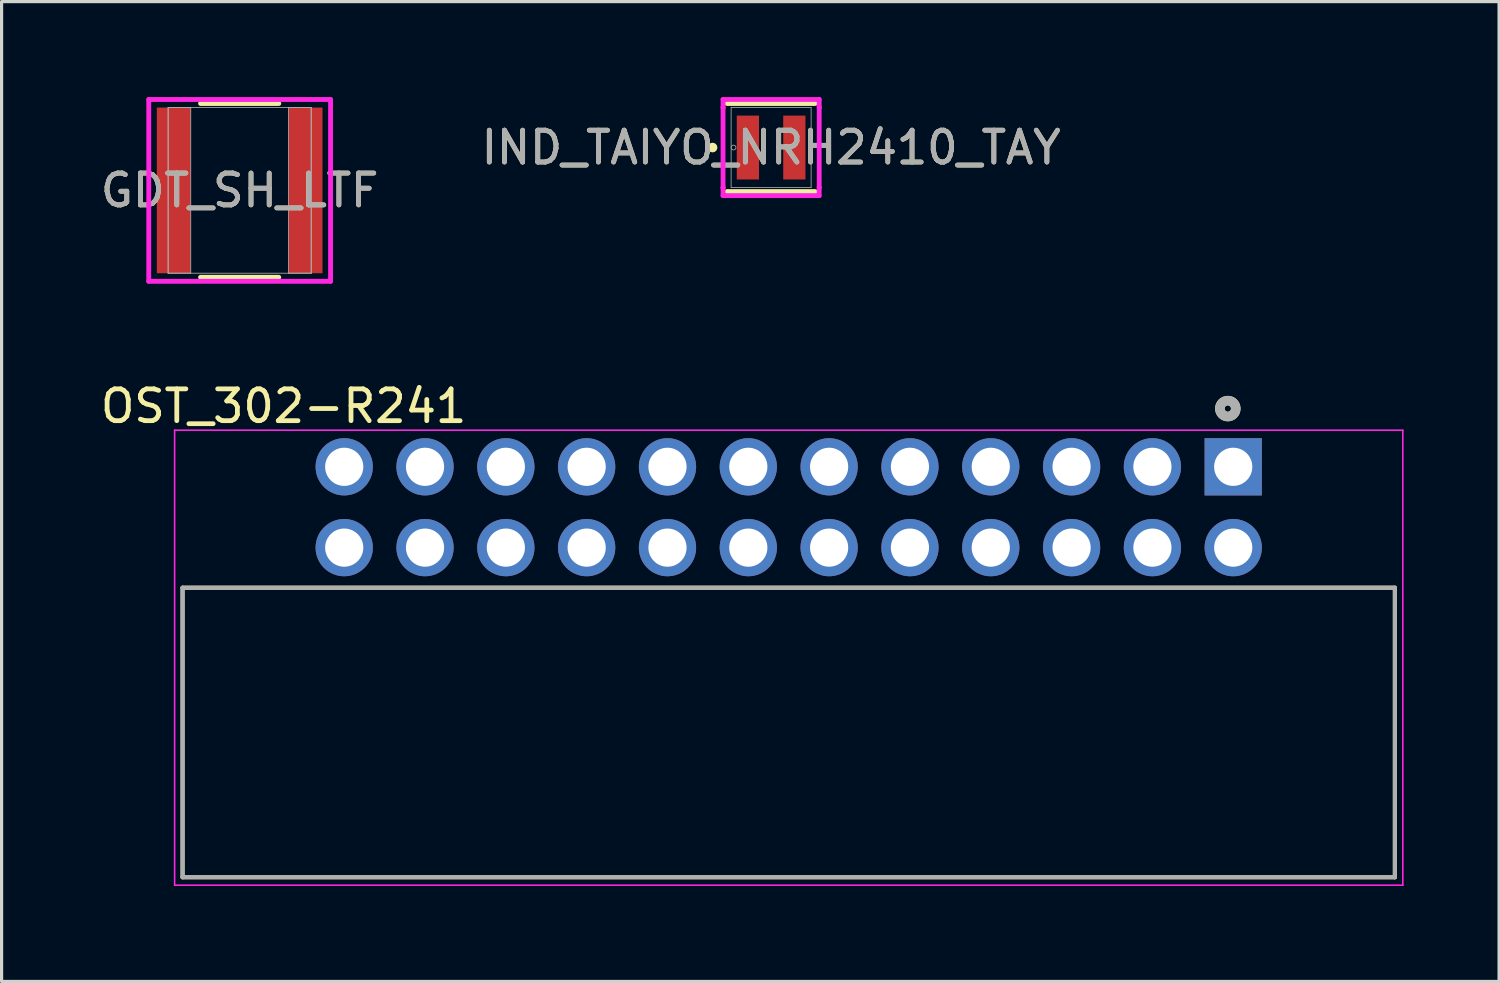
<source format=kicad_pcb>
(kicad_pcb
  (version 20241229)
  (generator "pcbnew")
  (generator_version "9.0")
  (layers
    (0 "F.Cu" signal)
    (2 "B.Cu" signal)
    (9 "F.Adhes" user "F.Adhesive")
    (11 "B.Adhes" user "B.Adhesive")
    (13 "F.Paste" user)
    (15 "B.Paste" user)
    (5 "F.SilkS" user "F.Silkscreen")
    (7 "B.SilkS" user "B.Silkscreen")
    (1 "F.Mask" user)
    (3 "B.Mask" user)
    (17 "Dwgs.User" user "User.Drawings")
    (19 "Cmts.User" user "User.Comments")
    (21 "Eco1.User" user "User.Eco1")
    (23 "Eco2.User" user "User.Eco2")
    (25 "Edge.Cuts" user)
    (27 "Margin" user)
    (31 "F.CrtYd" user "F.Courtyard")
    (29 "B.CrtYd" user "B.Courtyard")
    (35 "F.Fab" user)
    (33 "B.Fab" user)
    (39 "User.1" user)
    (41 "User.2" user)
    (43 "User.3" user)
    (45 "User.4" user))
  (footprint "GDT_SH_LTF"
    (layer "F.Cu")
    (at 4.482 2.934)
    (property "Reference" "GDT_SH_LTF" (at 0 0 0) (unlocked yes) (layer "F.SilkS") (effects (font (size 1 1) (thickness 0.15))))
    (attr smd)
    (fp_line (start -1.229 2.731) (end 1.229 2.731) (stroke (width 0.152) (type solid)) (layer "F.SilkS"))
    (fp_line (start 1.229 -2.731) (end -1.229 -2.731) (stroke (width 0.152) (type solid)) (layer "F.SilkS"))
    (fp_line (start -2.857 -2.857) (end 2.857 -2.857) (stroke (width 0.152) (type solid)) (layer "F.CrtYd"))
    (fp_line (start -2.857 2.857) (end -2.857 -2.857) (stroke (width 0.152) (type solid)) (layer "F.CrtYd"))
    (fp_line (start 2.857 -2.857) (end 2.857 2.857) (stroke (width 0.152) (type solid)) (layer "F.CrtYd"))
    (fp_line (start 2.857 2.857) (end -2.857 2.857) (stroke (width 0.152) (type solid)) (layer "F.CrtYd"))
    (fp_line (start -2.248 -2.603) (end -2.248 2.603) (stroke (width 0.025) (type solid)) (layer "F.Fab"))
    (fp_line (start -2.248 -2.603) (end -2.248 2.603) (stroke (width 0.025) (type solid)) (layer "F.Fab"))
    (fp_line (start -2.248 2.603) (end -1.537 2.603) (stroke (width 0.025) (type solid)) (layer "F.Fab"))
    (fp_line (start -2.248 2.603) (end 2.248 2.603) (stroke (width 0.025) (type solid)) (layer "F.Fab"))
    (fp_line (start -1.537 -2.603) (end -2.248 -2.603) (stroke (width 0.025) (type solid)) (layer "F.Fab"))
    (fp_line (start -1.537 2.603) (end -1.537 -2.603) (stroke (width 0.025) (type solid)) (layer "F.Fab"))
    (fp_line (start 1.537 -2.603) (end 1.537 2.603) (stroke (width 0.025) (type solid)) (layer "F.Fab"))
    (fp_line (start 1.537 2.603) (end 2.248 2.603) (stroke (width 0.025) (type solid)) (layer "F.Fab"))
    (fp_line (start 2.248 -2.603) (end -2.248 -2.603) (stroke (width 0.025) (type solid)) (layer "F.Fab"))
    (fp_line (start 2.248 -2.603) (end 1.537 -2.603) (stroke (width 0.025) (type solid)) (layer "F.Fab"))
    (fp_line (start 2.248 2.603) (end 2.248 -2.603) (stroke (width 0.025) (type solid)) (layer "F.Fab"))
    (fp_line (start 2.248 2.603) (end 2.248 -2.603) (stroke (width 0.025) (type solid)) (layer "F.Fab"))
    (fp_circle (center -1.943 0) (end -1.943 0) (stroke (width 0.025) (type solid)) (fill no) (layer "F.Fab"))
    (fp_text user "${REFERENCE}" (at 0 0 0) (unlocked yes) (layer "F.Fab") (effects (font (size 1 1) (thickness 0.15))))
    (pad "1" smd rect (at -2.07 0) (size 1.067 5.207) (layers "F.Cu" "F.Mask" "F.Paste"))
    (pad "2" smd rect (at 2.07 0) (size 1.067 5.207) (layers "F.Cu" "F.Mask" "F.Paste"))
    (zone (net_name "") (layer "F.Cu") (hatch full 0.508) (connect_pads) (min_thickness 0.254) (filled_areas_thickness no) (keepout (tracks not_allowed) (vias not_allowed) (pads allowed) (copperpour not_allowed) (footprints allowed)) (placement (enabled no)) (fill) (polygon (pts (xy 2.996 0.381) (xy 5.968 0.381) (xy 5.968 5.486) (xy 2.996 5.486)))))
  (footprint "OST_302-R241"
    (layer "F.Cu")
    (at 21.738 12.891)
    (property "Reference" "OST_302-R241" (at -15.875 -3.175 0) (layer "F.SilkS") (effects (font (size 1 1) (thickness 0.15))))
    (attr through_hole)
    (fp_line (start -19.05 2.53) (end 19.05 2.53) (stroke (width 0.127) (type solid)) (layer "F.SilkS"))
    (fp_line (start -19.05 11.63) (end -19.05 2.53) (stroke (width 0.127) (type solid)) (layer "F.SilkS"))
    (fp_line (start 19.05 2.53) (end 19.05 11.63) (stroke (width 0.127) (type solid)) (layer "F.SilkS"))
    (fp_line (start 19.05 11.63) (end -19.05 11.63) (stroke (width 0.127) (type solid)) (layer "F.SilkS"))
    (fp_circle (center 13.8 -3.1) (end 13.9 -3.1) (stroke (width 0.3) (type solid)) (fill no) (layer "F.SilkS"))
    (fp_line (start -19.3 -2.42) (end 19.3 -2.42) (stroke (width 0.05) (type solid)) (layer "F.CrtYd"))
    (fp_line (start -19.3 11.88) (end -19.3 -2.42) (stroke (width 0.05) (type solid)) (layer "F.CrtYd"))
    (fp_line (start 19.3 -2.42) (end 19.3 11.88) (stroke (width 0.05) (type solid)) (layer "F.CrtYd"))
    (fp_line (start 19.3 11.88) (end -19.3 11.88) (stroke (width 0.05) (type solid)) (layer "F.CrtYd"))
    (fp_line (start -19.05 2.53) (end 19.05 2.53) (stroke (width 0.127) (type solid)) (layer "F.Fab"))
    (fp_line (start -19.05 11.63) (end -19.05 2.53) (stroke (width 0.127) (type solid)) (layer "F.Fab"))
    (fp_line (start 19.05 2.53) (end 19.05 11.63) (stroke (width 0.127) (type solid)) (layer "F.Fab"))
    (fp_line (start 19.05 11.63) (end -19.05 11.63) (stroke (width 0.127) (type solid)) (layer "F.Fab"))
    (fp_circle (center 13.8 -3.1) (end 13.9 -3.1) (stroke (width 0.3) (type solid)) (fill no) (layer "F.Fab"))
    (pad "1" thru_hole rect (at 13.97 -1.27) (size 1.8 1.8) (drill 1.2) (layers "*.Cu" "*.Mask"))
    (pad "2" thru_hole circle (at 13.97 1.27) (size 1.8 1.8) (drill 1.2) (layers "*.Cu" "*.Mask"))
    (pad "3" thru_hole circle (at 11.43 -1.27) (size 1.8 1.8) (drill 1.2) (layers "*.Cu" "*.Mask"))
    (pad "4" thru_hole circle (at 11.43 1.27) (size 1.8 1.8) (drill 1.2) (layers "*.Cu" "*.Mask"))
    (pad "5" thru_hole circle (at 8.89 -1.27) (size 1.8 1.8) (drill 1.2) (layers "*.Cu" "*.Mask"))
    (pad "6" thru_hole circle (at 8.89 1.27) (size 1.8 1.8) (drill 1.2) (layers "*.Cu" "*.Mask"))
    (pad "7" thru_hole circle (at 6.35 -1.27) (size 1.8 1.8) (drill 1.2) (layers "*.Cu" "*.Mask"))
    (pad "8" thru_hole circle (at 6.35 1.27) (size 1.8 1.8) (drill 1.2) (layers "*.Cu" "*.Mask"))
    (pad "9" thru_hole circle (at 3.81 -1.27) (size 1.8 1.8) (drill 1.2) (layers "*.Cu" "*.Mask"))
    (pad "10" thru_hole circle (at 3.81 1.27) (size 1.8 1.8) (drill 1.2) (layers "*.Cu" "*.Mask"))
    (pad "11" thru_hole circle (at 1.27 -1.27) (size 1.8 1.8) (drill 1.2) (layers "*.Cu" "*.Mask"))
    (pad "12" thru_hole circle (at 1.27 1.27) (size 1.8 1.8) (drill 1.2) (layers "*.Cu" "*.Mask"))
    (pad "13" thru_hole circle (at -1.27 -1.27) (size 1.8 1.8) (drill 1.2) (layers "*.Cu" "*.Mask"))
    (pad "14" thru_hole circle (at -1.27 1.27) (size 1.8 1.8) (drill 1.2) (layers "*.Cu" "*.Mask"))
    (pad "15" thru_hole circle (at -3.81 -1.27) (size 1.8 1.8) (drill 1.2) (layers "*.Cu" "*.Mask"))
    (pad "16" thru_hole circle (at -3.81 1.27) (size 1.8 1.8) (drill 1.2) (layers "*.Cu" "*.Mask"))
    (pad "17" thru_hole circle (at -6.35 -1.27) (size 1.8 1.8) (drill 1.2) (layers "*.Cu" "*.Mask"))
    (pad "18" thru_hole circle (at -6.35 1.27) (size 1.8 1.8) (drill 1.2) (layers "*.Cu" "*.Mask"))
    (pad "19" thru_hole circle (at -8.89 -1.27) (size 1.8 1.8) (drill 1.2) (layers "*.Cu" "*.Mask"))
    (pad "20" thru_hole circle (at -8.89 1.27) (size 1.8 1.8) (drill 1.2) (layers "*.Cu" "*.Mask"))
    (pad "21" thru_hole circle (at -11.43 -1.27) (size 1.8 1.8) (drill 1.2) (layers "*.Cu" "*.Mask"))
    (pad "22" thru_hole circle (at -11.43 1.27) (size 1.8 1.8) (drill 1.2) (layers "*.Cu" "*.Mask"))
    (pad "23" thru_hole circle (at -13.97 -1.27) (size 1.8 1.8) (drill 1.2) (layers "*.Cu" "*.Mask"))
    (pad "24" thru_hole circle (at -13.97 1.27) (size 1.8 1.8) (drill 1.2) (layers "*.Cu" "*.Mask")))
  (footprint "IND_TAIYO_NRH2410_TAY"
    (layer "F.Cu")
    (at 21.185 1.587)
    (property "Reference" "IND_TAIYO_NRH2410_TAY" (at 0 0 0) (unlocked yes) (layer "F.SilkS") (effects (font (size 1 1) (thickness 0.15))))
    (attr smd)
    (fp_line (start -1.384 1.384) (end 1.384 1.384) (stroke (width 0.152) (type solid)) (layer "F.SilkS"))
    (fp_line (start 1.384 -1.384) (end -1.384 -1.384) (stroke (width 0.152) (type solid)) (layer "F.SilkS"))
    (fp_circle (center -1.841 0) (end -1.765 0) (stroke (width 0.152) (type solid)) (fill no) (layer "F.SilkS"))
    (fp_line (start -1.511 -1.511) (end 1.511 -1.511) (stroke (width 0.152) (type solid)) (layer "F.CrtYd"))
    (fp_line (start -1.511 -1.257) (end -1.511 -1.511) (stroke (width 0.152) (type solid)) (layer "F.CrtYd"))
    (fp_line (start -1.511 -1.257) (end -1.511 -1.257) (stroke (width 0.152) (type solid)) (layer "F.CrtYd"))
    (fp_line (start -1.511 1.257) (end -1.511 -1.257) (stroke (width 0.152) (type solid)) (layer "F.CrtYd"))
    (fp_line (start -1.511 1.257) (end -1.511 1.257) (stroke (width 0.152) (type solid)) (layer "F.CrtYd"))
    (fp_line (start -1.511 1.511) (end -1.511 1.257) (stroke (width 0.152) (type solid)) (layer "F.CrtYd"))
    (fp_line (start 1.511 -1.511) (end 1.511 -1.257) (stroke (width 0.152) (type solid)) (layer "F.CrtYd"))
    (fp_line (start 1.511 -1.257) (end 1.511 -1.257) (stroke (width 0.152) (type solid)) (layer "F.CrtYd"))
    (fp_line (start 1.511 -1.257) (end 1.511 1.257) (stroke (width 0.152) (type solid)) (layer "F.CrtYd"))
    (fp_line (start 1.511 1.257) (end 1.511 1.257) (stroke (width 0.152) (type solid)) (layer "F.CrtYd"))
    (fp_line (start 1.511 1.257) (end 1.511 1.511) (stroke (width 0.152) (type solid)) (layer "F.CrtYd"))
    (fp_line (start 1.511 1.511) (end -1.511 1.511) (stroke (width 0.152) (type solid)) (layer "F.CrtYd"))
    (fp_line (start -1.257 -1.257) (end -1.257 1.257) (stroke (width 0.025) (type solid)) (layer "F.Fab"))
    (fp_line (start -1.257 1.257) (end 1.257 1.257) (stroke (width 0.025) (type solid)) (layer "F.Fab"))
    (fp_line (start 1.257 -1.257) (end -1.257 -1.257) (stroke (width 0.025) (type solid)) (layer "F.Fab"))
    (fp_line (start 1.257 1.257) (end 1.257 -1.257) (stroke (width 0.025) (type solid)) (layer "F.Fab"))
    (fp_circle (center -1.181 0) (end -1.105 0) (stroke (width 0.025) (type solid)) (fill no) (layer "F.Fab"))
    (fp_text user "${REFERENCE}" (at 0 0 0) (unlocked yes) (layer "F.Fab") (effects (font (size 1 1) (thickness 0.15))))
    (pad "1" smd rect (at -0.73 0) (size 0.699 2.007) (layers "F.Cu" "F.Mask" "F.Paste"))
    (pad "2" smd rect (at 0.73 0) (size 0.699 2.007) (layers "F.Cu" "F.Mask" "F.Paste"))
    (zone (net_name "") (layer "F.Cu") (hatch full 0.508) (connect_pads) (min_thickness 0.254) (filled_areas_thickness no) (keepout (tracks not_allowed) (vias not_allowed) (pads allowed) (copperpour not_allowed) (footprints allowed)) (placement (enabled no)) (fill) (polygon (pts (xy 20.854 0.381) (xy 21.515 0.381) (xy 21.515 2.794) (xy 20.854 2.794)))))
  (gr_rect
    (start -3 -3)
    (end 44.063 27.796)
    (stroke (width 0.1) (type default))
    (fill no)
    (layer "Edge.Cuts")))
</source>
